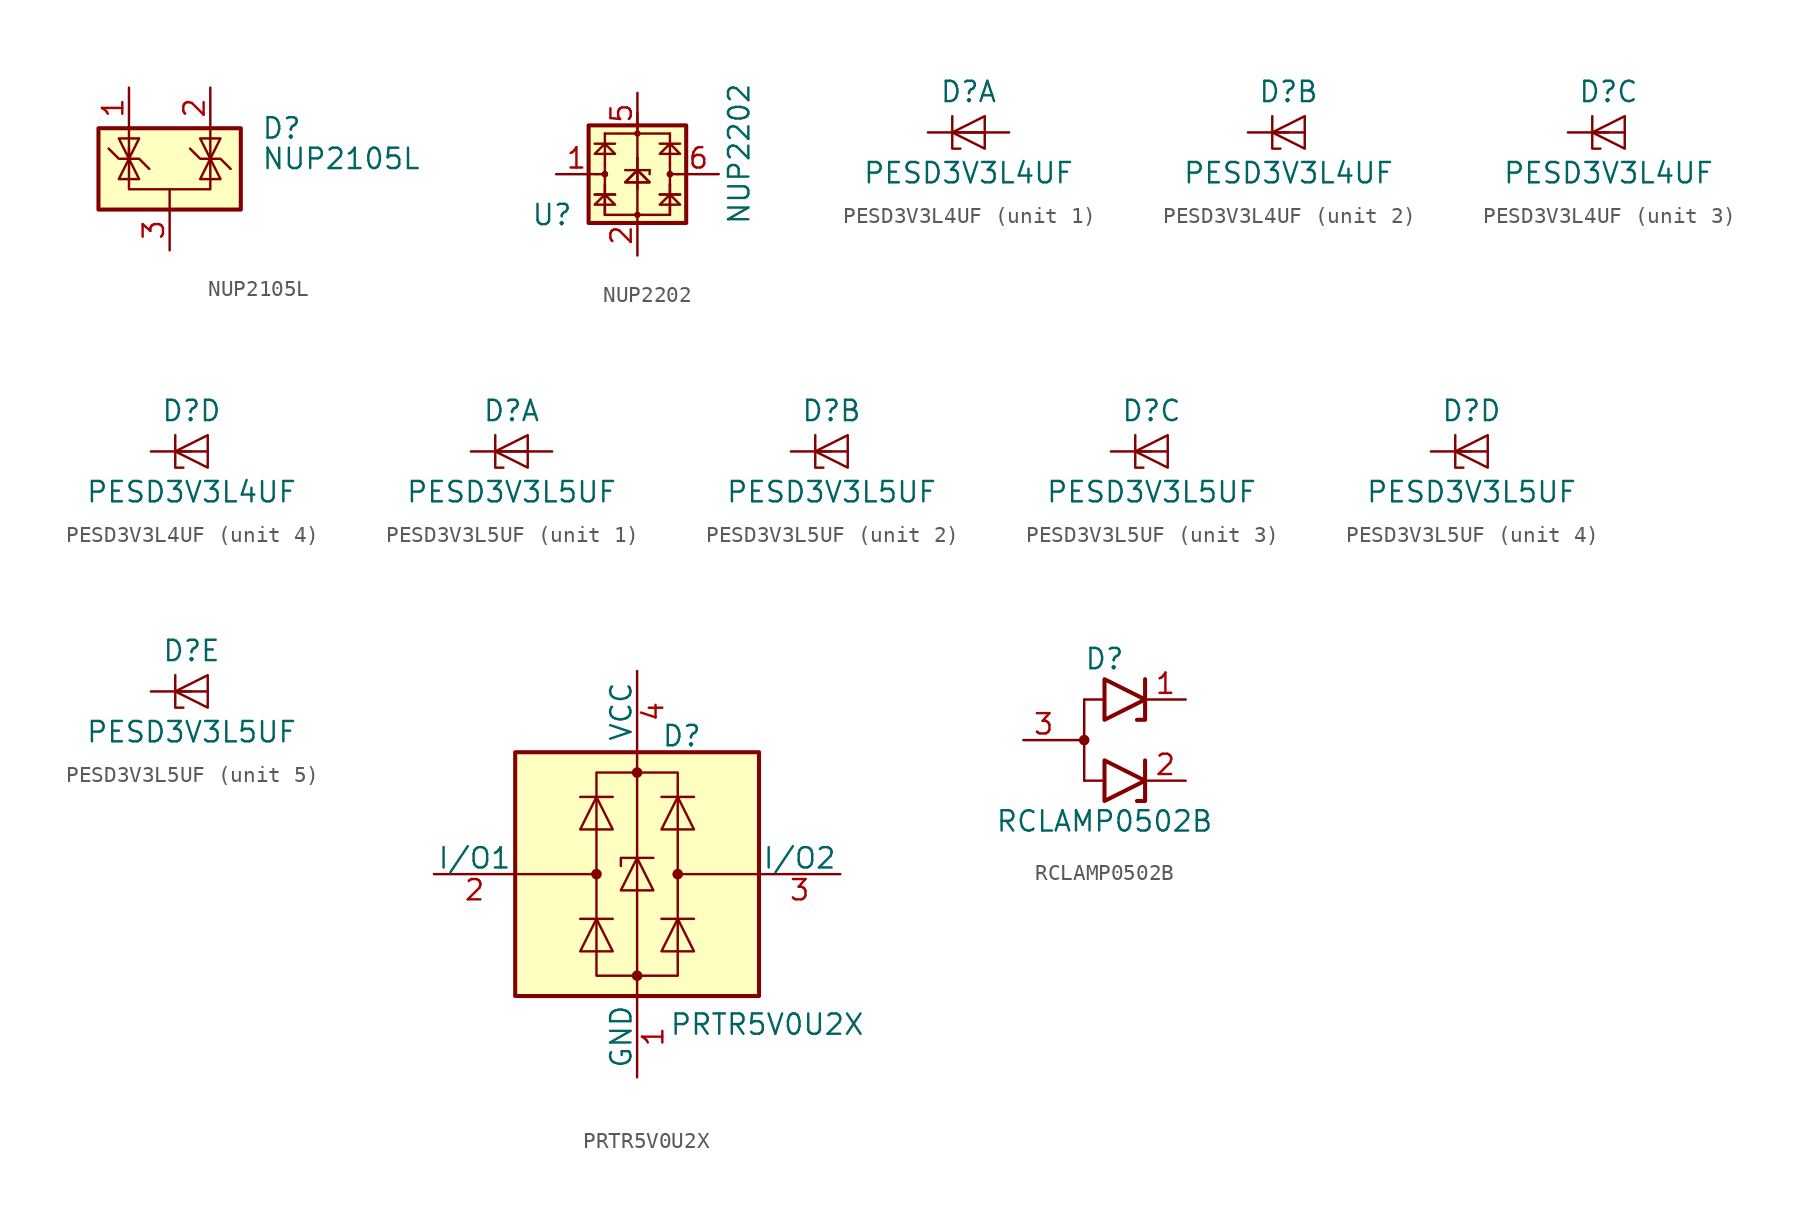
<source format=kicad_sym>
(kicad_symbol_lib
  (version 20220914)
  (generator kicad_symbol_editor)
  (symbol "NUP2105L"
    (pin_names hide)
    (property "Reference" "D"
      (at 5.715 2.54 0)
      (effects (font (size 1.27 1.27)) (justify left)))
    (property "Value" "NUP2105L"
      (at 5.715 0.635 0)
      (effects (font (size 1.27 1.27)) (justify left)))
    (symbol "NUP2105L_0_0"
      (pin passive line (at 0 -5.08 90) (length 2.54) (name "A" (effects (font (size 1.27 1.27)))) (number "3" (effects (font (size 1.27 1.27))))))
    (symbol "NUP2105L_0_1"
      (rectangle (start -4.445 2.54) (end 4.445 -2.54) (stroke (width 0.254) (type default)) (fill (type background)))
      (polyline (pts (xy -2.54 2.54) (xy -2.54 0.635)) (stroke (width 0) (type default)) (fill (type none)))
      (polyline (pts (xy 0 -1.27) (xy 0 -2.54)) (stroke (width 0) (type default)) (fill (type none)))
      (polyline (pts (xy 2.54 2.54) (xy 2.54 0.635)) (stroke (width 0) (type default)) (fill (type none)))
      (polyline (pts (xy -3.81 1.27) (xy -3.175 0.635) (xy -1.905 0.635) (xy -1.27 0)) (stroke (width 0) (type default)) (fill (type none)))
      (polyline (pts (xy -2.54 0.635) (xy -2.54 -1.27) (xy 2.54 -1.27) (xy 2.54 0.635)) (stroke (width 0) (type default)) (fill (type none)))
      (polyline (pts (xy -2.54 0.635) (xy -1.905 -0.635) (xy -3.175 -0.635) (xy -2.54 0.635)) (stroke (width 0) (type default)) (fill (type none)))
      (polyline (pts (xy 2.54 0.635) (xy 1.905 -0.635) (xy 3.175 -0.635) (xy 2.54 0.635)) (stroke (width 0) (type default)) (fill (type none)))
      (polyline (pts (xy 2.54 0.635) (xy 3.175 1.905) (xy 1.905 1.905) (xy 2.54 0.635)) (stroke (width 0) (type default)) (fill (type none)))
      (polyline (pts (xy -2.54 0.635) (xy -3.175 1.905) (xy -1.905 1.905) (xy -2.54 0.635) (xy -2.54 1.27)) (stroke (width 0) (type default)) (fill (type none)))
      (polyline (pts (xy 1.27 1.27) (xy 1.905 0.635) (xy 2.54 0.635) (xy 3.175 0.635) (xy 3.81 0)) (stroke (width 0) (type default)) (fill (type none))))
    (symbol "NUP2105L_1_1"
      (pin passive line (at -2.54 5.08 270) (length 2.54) (name "K" (effects (font (size 1.27 1.27)))) (number "1" (effects (font (size 1.27 1.27)))))
      (pin passive line (at 2.54 5.08 270) (length 2.54) (name "K" (effects (font (size 1.27 1.27)))) (number "2" (effects (font (size 1.27 1.27)))))))
  (symbol "NUP2202"
    (property "Reference" "U"
      (at -5.334 -2.54 0)
      (effects (font (size 1.27 1.27))))
    (property "Value" "NUP2202"
      (at 6.35 1.27 90)
      (effects (font (size 1.27 1.27))))
    (symbol "NUP2202_0_1"
      (rectangle (start -3.048 3.048) (end 3.048 -3.048) (stroke (width 0.254) (type default)) (fill (type background)))
      (circle (center -2.032 0) (radius 0.127) (stroke (width 0) (type default)) (fill (type none)))
      (circle (center -2.032 0) (radius 0.127) (stroke (width 0) (type default)) (fill (type none)))
      (circle (center 0 -2.54) (radius 0.127) (stroke (width 0) (type default)) (fill (type none)))
      (polyline (pts (xy -2.667 -1.27) (xy -1.397 -1.27)) (stroke (width 0) (type default)) (fill (type none)))
      (polyline (pts (xy -2.667 -1.27) (xy -1.397 -1.27)) (stroke (width 0) (type default)) (fill (type none)))
      (polyline (pts (xy -2.667 1.905) (xy -1.397 1.905)) (stroke (width 0) (type default)) (fill (type none)))
      (polyline (pts (xy -2.54 0) (xy -2.032 0)) (stroke (width 0) (type default)) (fill (type none)))
      (polyline (pts (xy -2.032 -2.54) (xy -2.032 -0.635)) (stroke (width 0) (type default)) (fill (type none)))
      (polyline (pts (xy -2.032 -2.54) (xy -2.032 -0.635)) (stroke (width 0) (type default)) (fill (type none)))
      (polyline (pts (xy -2.032 0.635) (xy -2.032 -0.635)) (stroke (width 0) (type default)) (fill (type none)))
      (polyline (pts (xy -2.032 0.635) (xy -2.032 2.54)) (stroke (width 0) (type default)) (fill (type none)))
      (polyline (pts (xy -2.032 2.54) (xy 2.032 2.54)) (stroke (width 0) (type default)) (fill (type none)))
      (polyline (pts (xy -0.762 0.254) (xy 0.762 0.254)) (stroke (width 0) (type default)) (fill (type none)))
      (polyline (pts (xy 0 -0.889) (xy 0 -2.54)) (stroke (width 0) (type default)) (fill (type none)))
      (polyline (pts (xy 0 -0.889) (xy 0 1.016)) (stroke (width 0) (type default)) (fill (type none)))
      (polyline (pts (xy 0 -0.889) (xy 0 1.016)) (stroke (width 0) (type default)) (fill (type none)))
      (polyline (pts (xy 0 1.016) (xy 0 3.81)) (stroke (width 0) (type default)) (fill (type none)))
      (polyline (pts (xy 0.762 0) (xy 0.762 0.254)) (stroke (width 0) (type default)) (fill (type none)))
      (polyline (pts (xy 1.397 -1.27) (xy 2.667 -1.27)) (stroke (width 0) (type default)) (fill (type none)))
      (polyline (pts (xy 1.397 -1.27) (xy 2.667 -1.27)) (stroke (width 0) (type default)) (fill (type none)))
      (polyline (pts (xy 1.397 1.905) (xy 2.667 1.905)) (stroke (width 0) (type default)) (fill (type none)))
      (polyline (pts (xy 2.032 -2.54) (xy -2.032 -2.54)) (stroke (width 0) (type default)) (fill (type none)))
      (polyline (pts (xy 2.032 -2.54) (xy 2.032 -0.635)) (stroke (width 0) (type default)) (fill (type none)))
      (polyline (pts (xy 2.032 -2.54) (xy 2.032 -0.635)) (stroke (width 0) (type default)) (fill (type none)))
      (polyline (pts (xy 2.032 0) (xy 2.54 0)) (stroke (width 0) (type default)) (fill (type none)))
      (polyline (pts (xy 2.032 0.635) (xy 2.032 -0.635)) (stroke (width 0) (type default)) (fill (type none)))
      (polyline (pts (xy 2.032 0.635) (xy 2.032 2.54)) (stroke (width 0) (type default)) (fill (type none)))
      (polyline (pts (xy -2.667 -1.905) (xy -1.397 -1.905) (xy -2.032 -1.27) (xy -2.667 -1.905)) (stroke (width 0) (type default)) (fill (type none)))
      (polyline (pts (xy -2.667 1.27) (xy -1.397 1.27) (xy -2.032 1.905) (xy -2.667 1.27)) (stroke (width 0) (type default)) (fill (type none)))
      (polyline (pts (xy -0.762 -0.508) (xy 0.762 -0.508) (xy 0 0.254) (xy -0.762 -0.508)) (stroke (width 0) (type default)) (fill (type none)))
      (polyline (pts (xy -0.762 -0.508) (xy 0.762 -0.508) (xy 0 0.254) (xy -0.762 -0.508)) (stroke (width 0) (type default)) (fill (type none)))
      (polyline (pts (xy 1.397 -1.905) (xy 2.667 -1.905) (xy 2.032 -1.27) (xy 1.397 -1.905)) (stroke (width 0) (type default)) (fill (type none)))
      (polyline (pts (xy 1.397 1.27) (xy 2.667 1.27) (xy 2.032 1.905) (xy 1.397 1.27)) (stroke (width 0) (type default)) (fill (type none)))
      (circle (center 0 2.54) (radius 0.127) (stroke (width 0) (type default)) (fill (type none)))
      (circle (center 2.032 0) (radius 0.127) (stroke (width 0) (type default)) (fill (type none)))
      (circle (center 2.032 0) (radius 0.127) (stroke (width 0) (type default)) (fill (type none))))
    (symbol "NUP2202_1_1"
      (pin passive line (at -5.08 0 0) (length 2.54) (name "~" (effects (font (size 1.27 1.27)))) (number "1" (effects (font (size 1.27 1.27)))))
      (pin passive line (at 0 -5.08 90) (length 2.54) (name "~" (effects (font (size 1.27 1.27)))) (number "2" (effects (font (size 1.27 1.27)))))
      (pin no_connect line (at 0 -2.54 90) (length 2.54) hide (name "~" (effects (font (size 1.27 1.27)))) (number "3" (effects (font (size 1.27 1.27)))))
      (pin no_connect line (at 0 2.54 270) (length 2.54) hide (name "~" (effects (font (size 1.27 1.27)))) (number "4" (effects (font (size 1.27 1.27)))))
      (pin passive line (at 0 5.08 270) (length 2.54) (name "~" (effects (font (size 1.27 1.27)))) (number "5" (effects (font (size 1.27 1.27)))))
      (pin passive line (at 5.08 0 180) (length 2.54) (name "~" (effects (font (size 1.27 1.27)))) (number "6" (effects (font (size 1.27 1.27)))))))
  (symbol "PESD3V3L4UF"
    (pin_numbers hide)
    (pin_names hide)
    (property "Reference" "D"
      (at 0 2.54 0)
      (effects (font (size 1.27 1.27))))
    (property "Value" "PESD3V3L4UF"
      (at 0 -2.54 0)
      (effects (font (size 1.27 1.27))))
    (property "ki_locked" ""
      (at 0 0 0)
      (effects (font (size 1.27 1.27))))
    (symbol "PESD3V3L4UF_0_1"
      (polyline (pts (xy -1.016 0) (xy 1.016 0)) (stroke (width 0) (type default)) (fill (type none)))
      (polyline (pts (xy -1.016 1.016) (xy -1.016 -1.016) (xy -0.508 -1.016)) (stroke (width 0) (type default)) (fill (type none)))
      (polyline (pts (xy 1.016 1.016) (xy -1.016 0) (xy 1.016 -1.016) (xy 1.016 1.016)) (stroke (width 0) (type default)) (fill (type none))))
    (symbol "PESD3V3L4UF_1_1"
      (pin passive line (at -2.54 0 0) (length 2.54) (name "K1" (effects (font (size 1.27 1.27)))) (number "1" (effects (font (size 1.27 1.27)))))
      (pin passive line (at 2.54 0 180) (length 2.54) (name "A" (effects (font (size 1.27 1.27)))) (number "2" (effects (font (size 1.27 1.27)))))
      (pin passive line (at 2.54 0 180) (length 2.54) hide (name "A" (effects (font (size 1.27 1.27)))) (number "5" (effects (font (size 1.27 1.27))))))
    (symbol "PESD3V3L4UF_2_1"
      (pin passive line (at -2.54 0 0) (length 2.54) (name "K2" (effects (font (size 1.27 1.27)))) (number "3" (effects (font (size 1.27 1.27))))))
    (symbol "PESD3V3L4UF_3_1"
      (pin passive line (at -2.54 0 0) (length 2.54) (name "K3" (effects (font (size 1.27 1.27)))) (number "4" (effects (font (size 1.27 1.27))))))
    (symbol "PESD3V3L4UF_4_1"
      (pin passive line (at -2.54 0 0) (length 2.54) (name "K4" (effects (font (size 1.27 1.27)))) (number "6" (effects (font (size 1.27 1.27)))))))
  (symbol "PESD3V3L5UF"
    (pin_numbers hide)
    (pin_names hide)
    (property "Reference" "D"
      (at 0 2.54 0)
      (effects (font (size 1.27 1.27))))
    (property "Value" "PESD3V3L5UF"
      (at 0 -2.54 0)
      (effects (font (size 1.27 1.27))))
    (property "ki_locked" ""
      (at 0 0 0)
      (effects (font (size 1.27 1.27))))
    (symbol "PESD3V3L5UF_0_1"
      (polyline (pts (xy -1.016 0) (xy 1.016 0)) (stroke (width 0) (type default)) (fill (type none)))
      (polyline (pts (xy -1.016 1.016) (xy -1.016 -1.016) (xy -0.508 -1.016)) (stroke (width 0) (type default)) (fill (type none)))
      (polyline (pts (xy 1.016 1.016) (xy -1.016 0) (xy 1.016 -1.016) (xy 1.016 1.016)) (stroke (width 0) (type default)) (fill (type none))))
    (symbol "PESD3V3L5UF_1_1"
      (pin passive line (at -2.54 0 0) (length 2.54) (name "K1" (effects (font (size 1.27 1.27)))) (number "1" (effects (font (size 1.27 1.27)))))
      (pin passive line (at 2.54 0 180) (length 2.54) (name "A" (effects (font (size 1.27 1.27)))) (number "2" (effects (font (size 1.27 1.27))))))
    (symbol "PESD3V3L5UF_2_1"
      (pin passive line (at -2.54 0 0) (length 2.54) (name "K2" (effects (font (size 1.27 1.27)))) (number "3" (effects (font (size 1.27 1.27))))))
    (symbol "PESD3V3L5UF_3_1"
      (pin passive line (at -2.54 0 0) (length 2.54) (name "K3" (effects (font (size 1.27 1.27)))) (number "4" (effects (font (size 1.27 1.27))))))
    (symbol "PESD3V3L5UF_4_1"
      (pin passive line (at -2.54 0 0) (length 2.54) (name "K4" (effects (font (size 1.27 1.27)))) (number "5" (effects (font (size 1.27 1.27))))))
    (symbol "PESD3V3L5UF_5_1"
      (pin passive line (at -2.54 0 0) (length 2.54) (name "K5" (effects (font (size 1.27 1.27)))) (number "6" (effects (font (size 1.27 1.27)))))))
  (symbol "PRTR5V0U2X"
    (pin_names
      (offset 0))
    (property "Reference" "D"
      (at 2.794 8.636 0)
      (effects (font (size 1.27 1.27))))
    (property "Value" "PRTR5V0U2X"
      (at 8.128 -9.398 0)
      (effects (font (size 1.27 1.27))))
    (symbol "PRTR5V0U2X_0_1"
      (rectangle (start -7.62 -7.62) (end 7.62 7.62) (stroke (width 0.254) (type default)) (fill (type background)))
      (circle (center -2.54 0) (radius 0.254) (stroke (width 0) (type default)) (fill (type outline)))
      (rectangle (start -2.54 6.35) (end 2.54 -6.35) (stroke (width 0) (type default)) (fill (type none)))
      (circle (center 0 -6.35) (radius 0.254) (stroke (width 0) (type default)) (fill (type outline)))
      (polyline (pts (xy -2.54 0) (xy -7.62 0)) (stroke (width 0) (type default)) (fill (type none)))
      (polyline (pts (xy -1.524 -2.794) (xy -3.556 -2.794)) (stroke (width 0) (type default)) (fill (type none)))
      (polyline (pts (xy -1.524 4.826) (xy -3.556 4.826)) (stroke (width 0) (type default)) (fill (type none)))
      (polyline (pts (xy 0 -7.62) (xy 0 7.62)) (stroke (width 0) (type default)) (fill (type none)))
      (polyline (pts (xy 1.524 -2.794) (xy 3.556 -2.794)) (stroke (width 0) (type default)) (fill (type none)))
      (polyline (pts (xy 1.524 4.826) (xy 3.556 4.826)) (stroke (width 0) (type default)) (fill (type none)))
      (polyline (pts (xy 2.54 0) (xy 7.62 0)) (stroke (width 0) (type default)) (fill (type none)))
      (polyline (pts (xy 1.016 1.016) (xy -1.016 1.016) (xy -1.016 0.508)) (stroke (width 0) (type default)) (fill (type none)))
      (polyline (pts (xy -3.556 -4.826) (xy -1.524 -4.826) (xy -2.54 -2.794) (xy -3.556 -4.826)) (stroke (width 0) (type default)) (fill (type none)))
      (polyline (pts (xy -3.556 2.794) (xy -1.524 2.794) (xy -2.54 4.826) (xy -3.556 2.794)) (stroke (width 0) (type default)) (fill (type none)))
      (polyline (pts (xy -1.016 -1.016) (xy 1.016 -1.016) (xy 0 1.016) (xy -1.016 -1.016)) (stroke (width 0) (type default)) (fill (type none)))
      (polyline (pts (xy 3.556 -4.826) (xy 1.524 -4.826) (xy 2.54 -2.794) (xy 3.556 -4.826)) (stroke (width 0) (type default)) (fill (type none)))
      (polyline (pts (xy 3.556 2.794) (xy 1.524 2.794) (xy 2.54 4.826) (xy 3.556 2.794)) (stroke (width 0) (type default)) (fill (type none)))
      (circle (center 0 6.35) (radius 0.254) (stroke (width 0) (type default)) (fill (type outline)))
      (circle (center 2.54 0) (radius 0.254) (stroke (width 0) (type default)) (fill (type outline))))
    (symbol "PRTR5V0U2X_1_1"
      (pin passive line (at 0 -12.7 90) (length 5.08) (name "GND" (effects (font (size 1.27 1.27)))) (number "1" (effects (font (size 1.27 1.27)))))
      (pin passive line (at -12.7 0 0) (length 5.08) (name "I/O1" (effects (font (size 1.27 1.27)))) (number "2" (effects (font (size 1.27 1.27)))))
      (pin passive line (at 12.7 0 180) (length 5.08) (name "I/O2" (effects (font (size 1.27 1.27)))) (number "3" (effects (font (size 1.27 1.27)))))
      (pin passive line (at 0 12.7 270) (length 5.08) (name "VCC" (effects (font (size 1.27 1.27)))) (number "4" (effects (font (size 1.27 1.27)))))))
  (symbol "RCLAMP0502B"
    (pin_names hide)
    (property "Reference" "D"
      (at 0 5.08 0)
      (effects (font (size 1.27 1.27))))
    (property "Value" "RCLAMP0502B"
      (at 0 -5.08 0)
      (effects (font (size 1.27 1.27))))
    (symbol "RCLAMP0502B_0_1"
      (polyline (pts (xy -2.54 0) (xy -1.27 0)) (stroke (width 0) (type default)) (fill (type none)))
      (polyline (pts (xy -1.27 2.54) (xy -1.27 -2.54)) (stroke (width 0) (type default)) (fill (type none)))
      (polyline (pts (xy 0 2.54) (xy -1.27 2.54)) (stroke (width 0.152) (type default)) (fill (type none)))
      (polyline (pts (xy 2.54 3.81) (xy 2.54 1.27) (xy 2.032 1.27)) (stroke (width 0.254) (type default)) (fill (type none)))
      (polyline (pts (xy 0 1.27) (xy 0 3.81) (xy 2.54 2.54) (xy 0 1.27)) (stroke (width 0.254) (type default)) (fill (type none)))
      (pin passive line (at -5.08 0 0) (length 2.54) (name "A" (effects (font (size 1.27 1.27)))) (number "3" (effects (font (size 1.27 1.27))))))
    (symbol "RCLAMP0502B_1_1"
      (circle (center -1.27 0) (radius 0.254) (stroke (width 0) (type default)) (fill (type outline)))
      (polyline (pts (xy 0 -2.54) (xy -1.27 -2.54)) (stroke (width 0.152) (type default)) (fill (type none)))
      (polyline (pts (xy 2.54 -1.27) (xy 2.54 -3.81) (xy 2.032 -3.81)) (stroke (width 0.254) (type default)) (fill (type none)))
      (polyline (pts (xy 0 -3.81) (xy 0 -1.27) (xy 2.54 -2.54) (xy 0 -3.81)) (stroke (width 0.254) (type default)) (fill (type none)))
      (pin passive line (at 5.08 2.54 180) (length 2.54) (name "K1" (effects (font (size 1.27 1.27)))) (number "1" (effects (font (size 1.27 1.27)))))
      (pin passive line (at 5.08 -2.54 180) (length 2.54) (name "K2" (effects (font (size 1.27 1.27)))) (number "2" (effects (font (size 1.27 1.27))))))))
</source>
